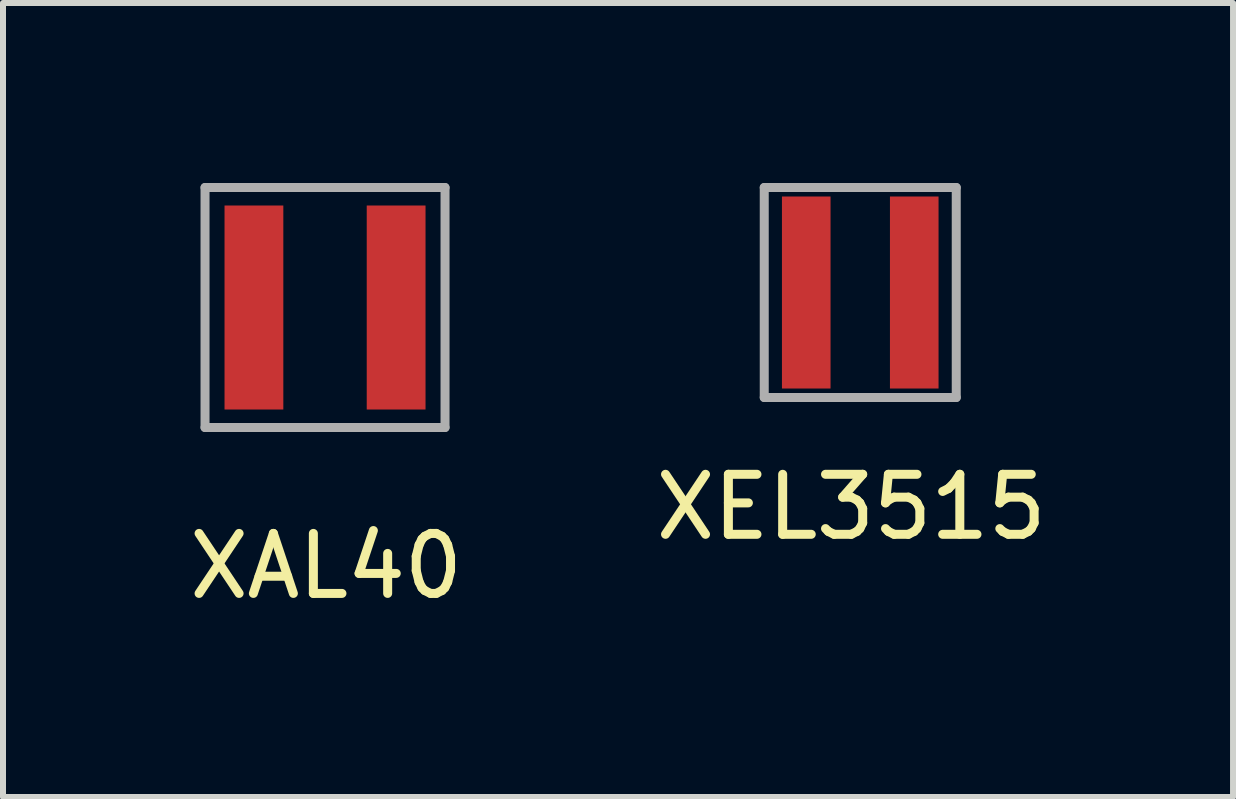
<source format=kicad_pcb>
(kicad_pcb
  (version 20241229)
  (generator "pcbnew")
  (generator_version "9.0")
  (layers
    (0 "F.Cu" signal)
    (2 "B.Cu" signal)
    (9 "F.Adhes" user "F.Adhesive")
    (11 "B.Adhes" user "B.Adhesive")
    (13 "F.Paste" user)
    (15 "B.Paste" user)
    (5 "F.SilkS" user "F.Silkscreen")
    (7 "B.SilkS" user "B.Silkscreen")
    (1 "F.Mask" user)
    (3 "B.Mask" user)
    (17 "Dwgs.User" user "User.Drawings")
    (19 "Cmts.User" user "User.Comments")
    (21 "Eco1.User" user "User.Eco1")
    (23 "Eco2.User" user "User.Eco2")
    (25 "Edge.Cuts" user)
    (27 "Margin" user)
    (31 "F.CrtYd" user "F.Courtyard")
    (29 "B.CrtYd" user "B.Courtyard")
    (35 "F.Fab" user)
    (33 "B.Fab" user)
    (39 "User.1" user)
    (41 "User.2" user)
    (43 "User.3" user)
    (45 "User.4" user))
  (footprint "XEL3515"
    (layer "F.Cu")
    (at 11.287 1.825)
    (property "Reference" "XEL3515" (at -0.15 3.575 0) (layer "F.SilkS") (effects (font (size 1 1) (thickness 0.15))))
    (attr through_hole)
    (fp_line (start -1.6 -1.75) (end -1.6 1.75) (stroke (width 0.15) (type solid)) (layer "F.Fab"))
    (fp_line (start -1.6 -1.75) (end 1.6 -1.75) (stroke (width 0.15) (type solid)) (layer "F.Fab"))
    (fp_line (start -1.6 1.75) (end 1.6 1.75) (stroke (width 0.15) (type solid)) (layer "F.Fab"))
    (fp_line (start 1.6 -1.75) (end 1.6 1.75) (stroke (width 0.15) (type solid)) (layer "F.Fab"))
    (pad "1" smd rect (at -0.9 0) (size 0.81 3.2) (layers "F.Cu" "F.Mask" "F.Paste"))
    (pad "2" smd rect (at 0.9 0) (size 0.81 3.2) (layers "F.Cu" "F.Mask" "F.Paste")))
  (footprint "XAL40"
    (layer "F.Cu")
    (at 2.367 2.075)
    (property "Reference" "XAL40" (at 0.02 4.31 0) (layer "F.SilkS") (effects (font (size 1 1) (thickness 0.15))))
    (attr through_hole)
    (fp_line (start -2 -2) (end 2 -2) (stroke (width 0.15) (type solid)) (layer "F.Fab"))
    (fp_line (start -2 2) (end -2 -2) (stroke (width 0.15) (type solid)) (layer "F.Fab"))
    (fp_line (start 2 -2) (end 2 2) (stroke (width 0.15) (type solid)) (layer "F.Fab"))
    (fp_line (start 2 2) (end -2 2) (stroke (width 0.15) (type solid)) (layer "F.Fab"))
    (pad "1" smd rect (at -1.185 0) (size 0.98 3.4) (layers "F.Cu" "F.Mask" "F.Paste"))
    (pad "2" smd rect (at 1.185 0) (size 0.98 3.4) (layers "F.Cu" "F.Mask" "F.Paste")))
  (gr_rect
    (start -3 -3)
    (end 17.5 10.233)
    (stroke (width 0.1) (type default))
    (fill no)
    (layer "Edge.Cuts")))
</source>
